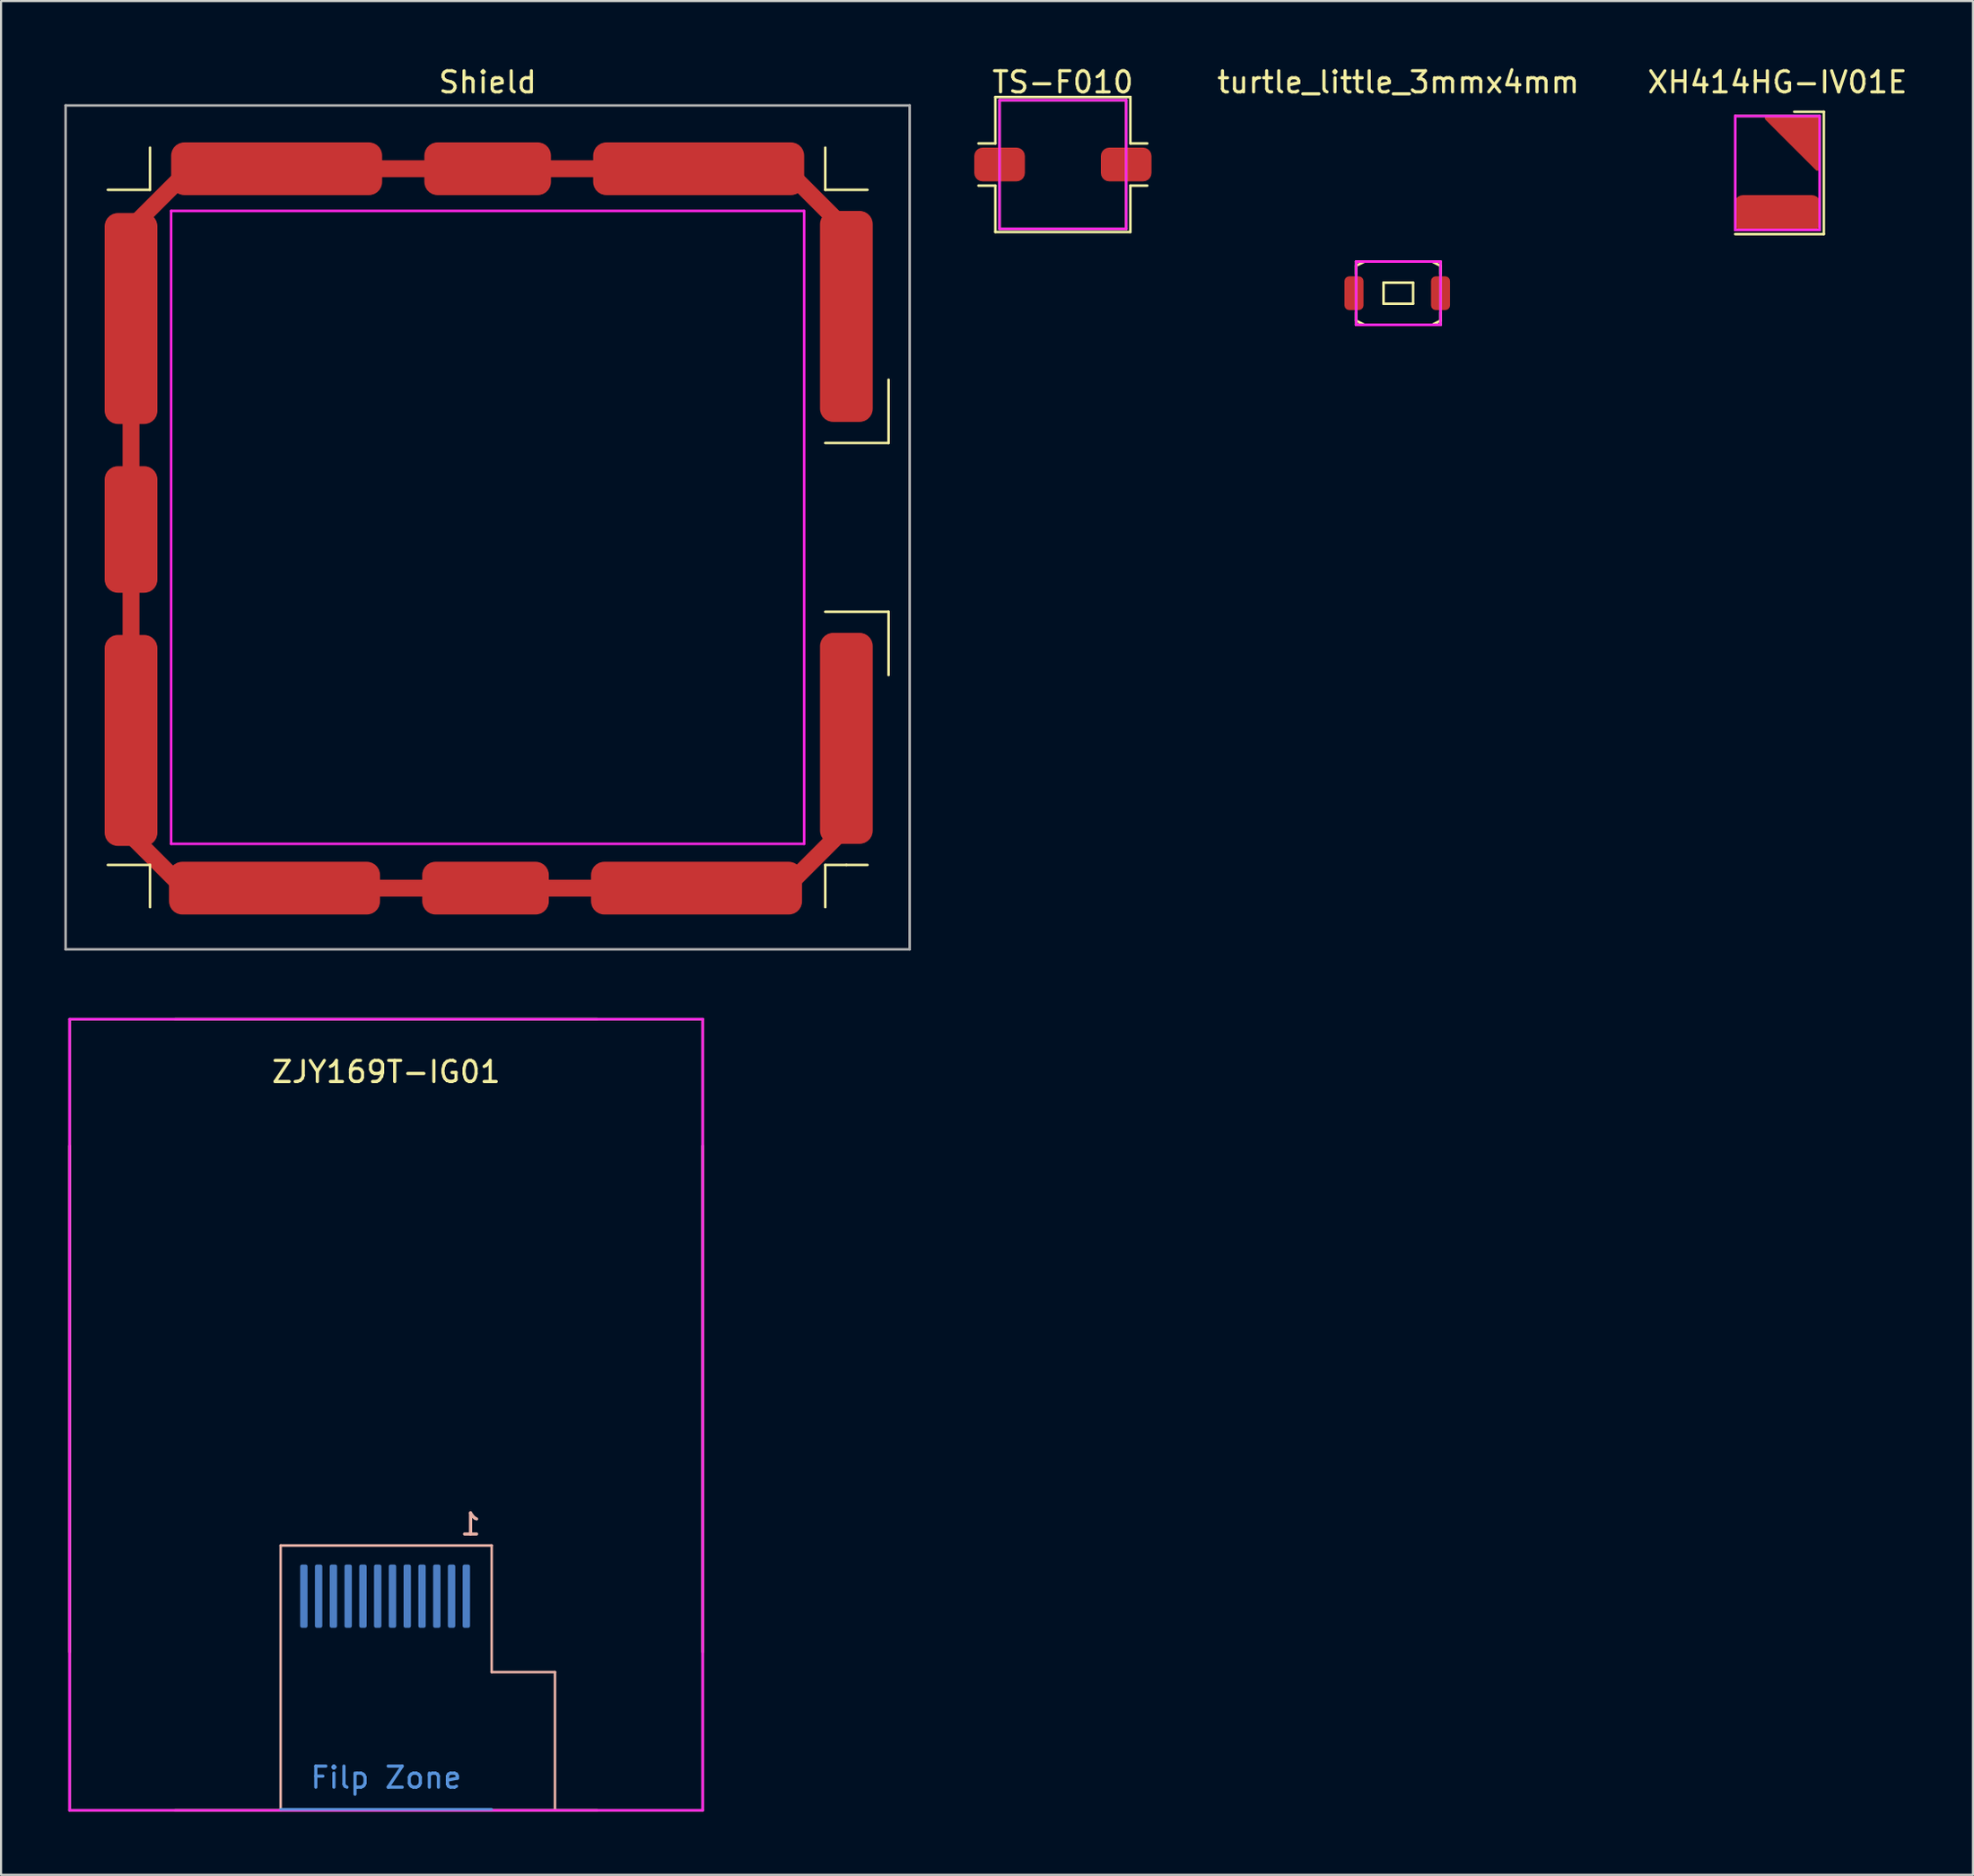
<source format=kicad_pcb>
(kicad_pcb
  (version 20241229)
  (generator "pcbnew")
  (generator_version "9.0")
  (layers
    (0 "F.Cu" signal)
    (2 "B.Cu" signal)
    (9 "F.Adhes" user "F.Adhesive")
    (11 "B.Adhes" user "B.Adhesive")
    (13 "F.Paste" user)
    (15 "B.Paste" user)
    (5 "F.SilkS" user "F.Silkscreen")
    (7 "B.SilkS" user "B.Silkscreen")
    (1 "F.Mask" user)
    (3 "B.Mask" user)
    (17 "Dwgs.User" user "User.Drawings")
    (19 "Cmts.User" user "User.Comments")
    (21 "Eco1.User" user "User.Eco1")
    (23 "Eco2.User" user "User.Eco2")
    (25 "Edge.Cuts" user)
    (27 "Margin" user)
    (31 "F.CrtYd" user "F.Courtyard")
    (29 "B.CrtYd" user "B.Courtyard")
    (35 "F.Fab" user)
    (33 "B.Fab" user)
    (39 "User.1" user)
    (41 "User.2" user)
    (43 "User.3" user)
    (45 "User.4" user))
  (footprint "TS-F010"
    (layer "F.Cu")
    (at 44.32 4.748)
    (property "Reference" "TS-F010" (at 3 -3.9 0) (layer "F.SilkS") (effects (font (size 1 1) (thickness 0.15))))
    (attr through_hole)
    (fp_line (start -0.2 -3.2) (end 6.2 -3.2) (stroke (width 0.12) (type solid)) (layer "F.SilkS"))
    (fp_line (start -0.2 -1) (end -1 -1) (stroke (width 0.12) (type solid)) (layer "F.SilkS"))
    (fp_line (start -0.2 -1) (end -0.2 -3.2) (stroke (width 0.12) (type solid)) (layer "F.SilkS"))
    (fp_line (start -0.2 1) (end -1 1) (stroke (width 0.12) (type solid)) (layer "F.SilkS"))
    (fp_line (start -0.2 3.2) (end -0.2 1) (stroke (width 0.12) (type solid)) (layer "F.SilkS"))
    (fp_line (start 6.2 -3.2) (end 6.2 -1) (stroke (width 0.12) (type solid)) (layer "F.SilkS"))
    (fp_line (start 6.2 -1) (end 7 -1) (stroke (width 0.12) (type solid)) (layer "F.SilkS"))
    (fp_line (start 6.2 1) (end 6.2 3.2) (stroke (width 0.12) (type solid)) (layer "F.SilkS"))
    (fp_line (start 6.2 1) (end 7 1) (stroke (width 0.12) (type solid)) (layer "F.SilkS"))
    (fp_line (start 6.2 3.2) (end -0.2 3.2) (stroke (width 0.12) (type solid)) (layer "F.SilkS"))
    (fp_line (start 0 -3.05) (end 6 -3.05) (stroke (width 0.12) (type solid)) (layer "F.CrtYd"))
    (fp_line (start 0 3.05) (end 0 -3.05) (stroke (width 0.12) (type solid)) (layer "F.CrtYd"))
    (fp_line (start 6 3.05) (end 0 3.05) (stroke (width 0.12) (type solid)) (layer "F.CrtYd"))
    (fp_line (start 6 3.05) (end 6 -3.05) (stroke (width 0.12) (type solid)) (layer "F.CrtYd"))
    (fp_line (start 0 -3.05) (end 6 -3.05) (stroke (width 0.12) (type solid)) (layer "F.Fab"))
    (fp_line (start 0 3.05) (end 0 -3.05) (stroke (width 0.12) (type solid)) (layer "F.Fab"))
    (fp_line (start 6 -3.05) (end 6 3.05) (stroke (width 0.12) (type solid)) (layer "F.Fab"))
    (fp_line (start 6 3.05) (end 0 3.05) (stroke (width 0.12) (type solid)) (layer "F.Fab"))
    (pad "1" smd roundrect (at 0 0) (size 2.4 1.6) (layers "F.Cu" "F.Mask" "F.Paste") (roundrect_rratio 0.25))
    (pad "2" smd roundrect (at 6 0) (size 2.4 1.6) (layers "F.Cu" "F.Mask" "F.Paste") (roundrect_rratio 0.25)))
  (footprint "turtle_little_3mmx4mm"
    (layer "F.Cu")
    (at 63.216 10.848)
    (property "Reference" "turtle_little_3mmx4mm" (at 0 -10 0) (layer "F.SilkS") (effects (font (size 1 1) (thickness 0.15))))
    (attr through_hole)
    (fp_line (start -2 -1.3) (end -2 -0.9) (stroke (width 0.12) (type solid)) (layer "F.SilkS"))
    (fp_line (start -2 -1.3) (end -1.6 -1.5) (stroke (width 0.12) (type solid)) (layer "F.SilkS"))
    (fp_line (start -2 0.9) (end -2 1.3) (stroke (width 0.12) (type solid)) (layer "F.SilkS"))
    (fp_line (start -2 1.3) (end -1.6 1.5) (stroke (width 0.12) (type solid)) (layer "F.SilkS"))
    (fp_line (start -1.6 -1.5) (end 1.5 -1.5) (stroke (width 0.12) (type solid)) (layer "F.SilkS"))
    (fp_line (start -1.6 1.5) (end 1.6 1.5) (stroke (width 0.12) (type solid)) (layer "F.SilkS"))
    (fp_line (start -0.7 -0.5) (end 0.7 -0.5) (stroke (width 0.12) (type solid)) (layer "F.SilkS"))
    (fp_line (start -0.7 0.5) (end -0.7 -0.5) (stroke (width 0.12) (type solid)) (layer "F.SilkS"))
    (fp_line (start 0.7 -0.5) (end 0.7 0.5) (stroke (width 0.12) (type solid)) (layer "F.SilkS"))
    (fp_line (start 0.7 0.5) (end -0.7 0.5) (stroke (width 0.12) (type solid)) (layer "F.SilkS"))
    (fp_line (start 1.5 -1.5) (end 1.6 -1.5) (stroke (width 0.12) (type solid)) (layer "F.SilkS"))
    (fp_line (start 1.6 -1.5) (end 2 -1.3) (stroke (width 0.12) (type solid)) (layer "F.SilkS"))
    (fp_line (start 1.6 1.5) (end 2 1.3) (stroke (width 0.12) (type solid)) (layer "F.SilkS"))
    (fp_line (start 2 -1.3) (end 2 -0.9) (stroke (width 0.12) (type solid)) (layer "F.SilkS"))
    (fp_line (start 2 1.3) (end 2 0.9) (stroke (width 0.12) (type solid)) (layer "F.SilkS"))
    (fp_line (start -2 -1.5) (end 2 -1.5) (stroke (width 0.12) (type solid)) (layer "F.CrtYd"))
    (fp_line (start -2 1.5) (end -2 -1.5) (stroke (width 0.12) (type solid)) (layer "F.CrtYd"))
    (fp_line (start 2 -1.5) (end 2 1.5) (stroke (width 0.12) (type solid)) (layer "F.CrtYd"))
    (fp_line (start 2 1.5) (end -2 1.5) (stroke (width 0.12) (type solid)) (layer "F.CrtYd"))
    (fp_line (start -2 -1.5) (end 2 -1.5) (stroke (width 0.12) (type solid)) (layer "F.Fab"))
    (fp_line (start -2 1.5) (end -2 -1.5) (stroke (width 0.12) (type solid)) (layer "F.Fab"))
    (fp_line (start 2 -1.5) (end 2 1.5) (stroke (width 0.12) (type solid)) (layer "F.Fab"))
    (fp_line (start 2 1.5) (end -2 1.5) (stroke (width 0.12) (type solid)) (layer "F.Fab"))
    (pad "1" smd roundrect (at -2.1 0) (size 0.9 1.6) (layers "F.Cu" "F.Mask" "F.Paste") (roundrect_rratio 0.25))
    (pad "2" smd roundrect (at 2 0) (size 0.9 1.6) (layers "F.Cu" "F.Mask" "F.Paste") (roundrect_rratio 0.25)))
  (footprint "ZJY169T-IG01"
    (layer "F.Cu")
    (at 0.25 45.258)
    (property "Reference" "ZJY169T-IG01" (at 15 2.5 0) (layer "F.SilkS") (effects (font (size 1 1) (thickness 0.15))))
    (attr through_hole)
    (fp_line (start 0 30) (end 0 6) (stroke (width 0.12) (type solid)) (layer "F.SilkS"))
    (fp_line (start 5 0) (end 25 0) (stroke (width 0.12) (type solid)) (layer "F.SilkS"))
    (fp_line (start 5 37.5) (end 25 37.5) (stroke (width 0.12) (type solid)) (layer "F.SilkS"))
    (fp_line (start 30 30) (end 30 6) (stroke (width 0.12) (type solid)) (layer "F.SilkS"))
    (fp_line (start 10 24.95) (end 10 37.5) (stroke (width 0.12) (type solid)) (layer "B.SilkS"))
    (fp_line (start 20 24.95) (end 10 24.95) (stroke (width 0.12) (type solid)) (layer "B.SilkS"))
    (fp_line (start 20 30.95) (end 20 24.95) (stroke (width 0.12) (type solid)) (layer "B.SilkS"))
    (fp_line (start 23 30.95) (end 20 30.95) (stroke (width 0.12) (type solid)) (layer "B.SilkS"))
    (fp_line (start 23 37.5) (end 23 30.95) (stroke (width 0.12) (type solid)) (layer "B.SilkS"))
    (fp_line (start 10 37.45) (end 20 37.45) (stroke (width 0.12) (type solid)) (layer "Cmts.User"))
    (fp_line (start 0 0) (end 0 37.5) (stroke (width 0.12) (type solid)) (layer "F.CrtYd"))
    (fp_line (start 0 0) (end 30 0) (stroke (width 0.12) (type solid)) (layer "F.CrtYd"))
    (fp_line (start 0 37.5) (end 30 37.5) (stroke (width 0.12) (type solid)) (layer "F.CrtYd"))
    (fp_line (start 30 0) (end 30 37.5) (stroke (width 0.12) (type solid)) (layer "F.CrtYd"))
    (fp_line (start 0 0) (end 0 37.5) (stroke (width 0.12) (type solid)) (layer "F.Fab"))
    (fp_line (start 0 0) (end 30 0) (stroke (width 0.12) (type solid)) (layer "F.Fab"))
    (fp_line (start 0 37.5) (end 30 37.5) (stroke (width 0.12) (type solid)) (layer "F.Fab"))
    (fp_line (start 30 0) (end 30 37.5) (stroke (width 0.12) (type solid)) (layer "F.Fab"))
    (fp_text user "1" (at 19 23.95 0) (layer "B.SilkS") (effects (font (size 1 1) (thickness 0.15)) (justify mirror)))
    (fp_text user "Filp Zone" (at 15 35.95 0) (layer "Cmts.User") (effects (font (size 1 1) (thickness 0.15))))
    (pad "1" smd roundrect (at 18.8 27.35) (size 0.35 3) (layers "B.Cu" "B.Mask" "B.Paste") (roundrect_rratio 0.25))
    (pad "2" smd roundrect (at 18.1 27.35) (size 0.35 3) (layers "B.Cu" "B.Mask" "B.Paste") (roundrect_rratio 0.25))
    (pad "3" smd roundrect (at 17.4 27.35) (size 0.35 3) (layers "B.Cu" "B.Mask" "B.Paste") (roundrect_rratio 0.25))
    (pad "4" smd roundrect (at 16.7 27.35) (size 0.35 3) (layers "B.Cu" "B.Mask" "B.Paste") (roundrect_rratio 0.25))
    (pad "5" smd roundrect (at 16 27.35) (size 0.35 3) (layers "B.Cu" "B.Mask" "B.Paste") (roundrect_rratio 0.25))
    (pad "6" smd roundrect (at 15.3 27.35) (size 0.35 3) (layers "B.Cu" "B.Mask" "B.Paste") (roundrect_rratio 0.25))
    (pad "7" smd roundrect (at 14.6 27.35) (size 0.35 3) (layers "B.Cu" "B.Mask" "B.Paste") (roundrect_rratio 0.25))
    (pad "8" smd roundrect (at 13.9 27.35) (size 0.35 3) (layers "B.Cu" "B.Mask" "B.Paste") (roundrect_rratio 0.25))
    (pad "9" smd roundrect (at 13.2 27.35) (size 0.35 3) (layers "B.Cu" "B.Mask" "B.Paste") (roundrect_rratio 0.25))
    (pad "10" smd roundrect (at 12.5 27.35) (size 0.35 3) (layers "B.Cu" "B.Mask" "B.Paste") (roundrect_rratio 0.25))
    (pad "11" smd roundrect (at 11.8 27.35) (size 0.35 3) (layers "B.Cu" "B.Mask" "B.Paste") (roundrect_rratio 0.25))
    (pad "12" smd roundrect (at 11.1 27.35) (size 0.35 3) (layers "B.Cu" "B.Mask" "B.Paste") (roundrect_rratio 0.25)))
  (footprint "XH414HG-IV01E"
    (layer "F.Cu")
    (at 81.181 7.048)
    (property "Reference" "XH414HG-IV01E" (at 0 -6.2 0) (layer "F.SilkS") (effects (font (size 1 1) (thickness 0.15))))
    (attr through_hole)
    (fp_line (start -2 1) (end 2.2 1) (stroke (width 0.12) (type solid)) (layer "F.SilkS"))
    (fp_line (start 2.2 -4.8) (end 0.8 -4.8) (stroke (width 0.12) (type solid)) (layer "F.SilkS"))
    (fp_line (start 2.2 1) (end 2.2 -4.8) (stroke (width 0.12) (type solid)) (layer "F.SilkS"))
    (fp_line (start -2 -4.6) (end -2 0.8) (stroke (width 0.12) (type solid)) (layer "F.CrtYd"))
    (fp_line (start -2 0.8) (end 2 0.8) (stroke (width 0.12) (type solid)) (layer "F.CrtYd"))
    (fp_line (start 2 -4.6) (end -2 -4.6) (stroke (width 0.12) (type solid)) (layer "F.CrtYd"))
    (fp_line (start 2 0.8) (end 2 -4.6) (stroke (width 0.12) (type solid)) (layer "F.CrtYd"))
    (fp_line (start -2 -4.6) (end -2 0.8) (stroke (width 0.12) (type solid)) (layer "F.Fab"))
    (fp_line (start -2 0.8) (end 2 0.8) (stroke (width 0.12) (type solid)) (layer "F.Fab"))
    (fp_line (start 2 -4.6) (end -2 -4.6) (stroke (width 0.12) (type solid)) (layer "F.Fab"))
    (fp_line (start 2 0.8) (end 2 -4.6) (stroke (width 0.12) (type solid)) (layer "F.Fab"))
    (pad "1" smd roundrect (at 0 0) (size 4.1 1.7) (layers "F.Cu" "F.Mask" "F.Paste") (roundrect_rratio 0.25))
    (pad "2" smd custom (at 1.9 -4.5) (size 0.01 0.01) (layers "F.Cu" "F.Mask" "F.Paste") (options (anchor rect)) (primitives (gr_poly (pts (xy -2.4 0) (xy 0 2.4) (xy 0 0)) (width 0.2) (fill yes)))))
  (footprint "Shield"
    (layer "F.Cu")
    (at 20.06 21.948)
    (property "Reference" "Shield" (at 0 -21.1 0) (layer "F.SilkS") (effects (font (size 1 1) (thickness 0.15))))
    (attr through_hole)
    (fp_line (start -18 -16) (end -16 -16) (stroke (width 0.12) (type solid)) (layer "F.SilkS"))
    (fp_line (start -16 -16) (end -16 -18) (stroke (width 0.12) (type solid)) (layer "F.SilkS"))
    (fp_line (start -16 16) (end -18 16) (stroke (width 0.12) (type solid)) (layer "F.SilkS"))
    (fp_line (start -16 18) (end -16 16) (stroke (width 0.12) (type solid)) (layer "F.SilkS"))
    (fp_line (start 16 -18) (end 16 -16) (stroke (width 0.12) (type solid)) (layer "F.SilkS"))
    (fp_line (start 16 -16) (end 18 -16) (stroke (width 0.12) (type solid)) (layer "F.SilkS"))
    (fp_line (start 16 -4) (end 19 -4) (stroke (width 0.12) (type solid)) (layer "F.SilkS"))
    (fp_line (start 16 4) (end 19 4) (stroke (width 0.12) (type solid)) (layer "F.SilkS"))
    (fp_line (start 16 16) (end 17 16) (stroke (width 0.12) (type solid)) (layer "F.SilkS"))
    (fp_line (start 16 18) (end 16 16) (stroke (width 0.12) (type solid)) (layer "F.SilkS"))
    (fp_line (start 17 16) (end 18 16) (stroke (width 0.12) (type solid)) (layer "F.SilkS"))
    (fp_line (start 19 -4) (end 19 -7) (stroke (width 0.12) (type solid)) (layer "F.SilkS"))
    (fp_line (start 19 4) (end 19 7) (stroke (width 0.12) (type solid)) (layer "F.SilkS"))
    (fp_line (start -15 -15) (end 15 -15) (stroke (width 0.12) (type solid)) (layer "F.CrtYd"))
    (fp_line (start -15 15) (end -15 -15) (stroke (width 0.12) (type solid)) (layer "F.CrtYd"))
    (fp_line (start 15 -15) (end 15 15) (stroke (width 0.12) (type solid)) (layer "F.CrtYd"))
    (fp_line (start 15 15) (end -15 15) (stroke (width 0.12) (type solid)) (layer "F.CrtYd"))
    (fp_line (start -20 -20) (end 20 -20) (stroke (width 0.12) (type solid)) (layer "F.Fab"))
    (fp_line (start -20 20) (end -20 -20) (stroke (width 0.12) (type solid)) (layer "F.Fab"))
    (fp_line (start 20 -20) (end 20 20) (stroke (width 0.12) (type solid)) (layer "F.Fab"))
    (fp_line (start 20 20) (end -20 20) (stroke (width 0.12) (type solid)) (layer "F.Fab"))
    (pad "1" smd roundrect (at -16.9 -9.9 90) (size 10 2.5) (layers "F.Cu" "F.Mask" "F.Paste") (roundrect_rratio 0.25))
    (pad "1" smd roundrect (at -16.9 -3.8 90) (size 6 0.8) (layers "F.Cu" "F.Mask" "F.Paste") (roundrect_rratio 0.25))
    (pad "1" smd roundrect (at -16.9 0.1 90) (size 6 2.5) (layers "F.Cu" "F.Mask" "F.Paste") (roundrect_rratio 0.25))
    (pad "1" smd roundrect (at -16.9 4 90) (size 6 0.8) (layers "F.Cu" "F.Mask" "F.Paste") (roundrect_rratio 0.25))
    (pad "1" smd roundrect (at -16.9 10.1 90) (size 10 2.5) (layers "F.Cu" "F.Mask" "F.Paste") (roundrect_rratio 0.25))
    (pad "1" smd roundrect (at -15.6 15.9 315) (size 6 0.8) (layers "F.Cu" "F.Mask" "F.Paste") (roundrect_rratio 0.25))
    (pad "1" smd roundrect (at -15.5 -15.6 45) (size 6 0.8) (layers "F.Cu" "F.Mask" "F.Paste") (roundrect_rratio 0.25))
    (pad "1" smd roundrect (at -10.1 17.1) (size 10 2.5) (layers "F.Cu" "F.Mask" "F.Paste") (roundrect_rratio 0.25))
    (pad "1" smd roundrect (at -10 -17) (size 10 2.5) (layers "F.Cu" "F.Mask" "F.Paste") (roundrect_rratio 0.25))
    (pad "1" smd roundrect (at -4 17.1) (size 6 0.8) (layers "F.Cu" "F.Mask" "F.Paste") (roundrect_rratio 0.25))
    (pad "1" smd roundrect (at -3.9 -17) (size 6 0.8) (layers "F.Cu" "F.Mask" "F.Paste") (roundrect_rratio 0.25))
    (pad "1" smd roundrect (at -0.1 17.1) (size 6 2.5) (layers "F.Cu" "F.Mask" "F.Paste") (roundrect_rratio 0.25))
    (pad "1" smd roundrect (at 0 -17) (size 6 2.5) (layers "F.Cu" "F.Mask" "F.Paste") (roundrect_rratio 0.25))
    (pad "1" smd roundrect (at 3.8 17.1) (size 6 0.8) (layers "F.Cu" "F.Mask" "F.Paste") (roundrect_rratio 0.25))
    (pad "1" smd roundrect (at 3.9 -17) (size 6 0.8) (layers "F.Cu" "F.Mask" "F.Paste") (roundrect_rratio 0.25))
    (pad "1" smd roundrect (at 9.9 17.1) (size 10 2.5) (layers "F.Cu" "F.Mask" "F.Paste") (roundrect_rratio 0.25))
    (pad "1" smd roundrect (at 10 -17) (size 10 2.5) (layers "F.Cu" "F.Mask" "F.Paste") (roundrect_rratio 0.25))
    (pad "1" smd roundrect (at 15.6 -15.5 315) (size 6 0.8) (layers "F.Cu" "F.Mask" "F.Paste") (roundrect_rratio 0.25))
    (pad "1" smd roundrect (at 15.6 15.6 45) (size 6 0.8) (layers "F.Cu" "F.Mask" "F.Paste") (roundrect_rratio 0.25))
    (pad "1" smd roundrect (at 17 -10 90) (size 10 2.5) (layers "F.Cu" "F.Mask" "F.Paste") (roundrect_rratio 0.25))
    (pad "1" smd roundrect (at 17 10 90) (size 10 2.5) (layers "F.Cu" "F.Mask" "F.Paste") (roundrect_rratio 0.25)))
  (gr_rect
    (start -3 -3)
    (end 90.449 85.818)
    (stroke (width 0.1) (type default))
    (fill no)
    (layer "Edge.Cuts")))
</source>
